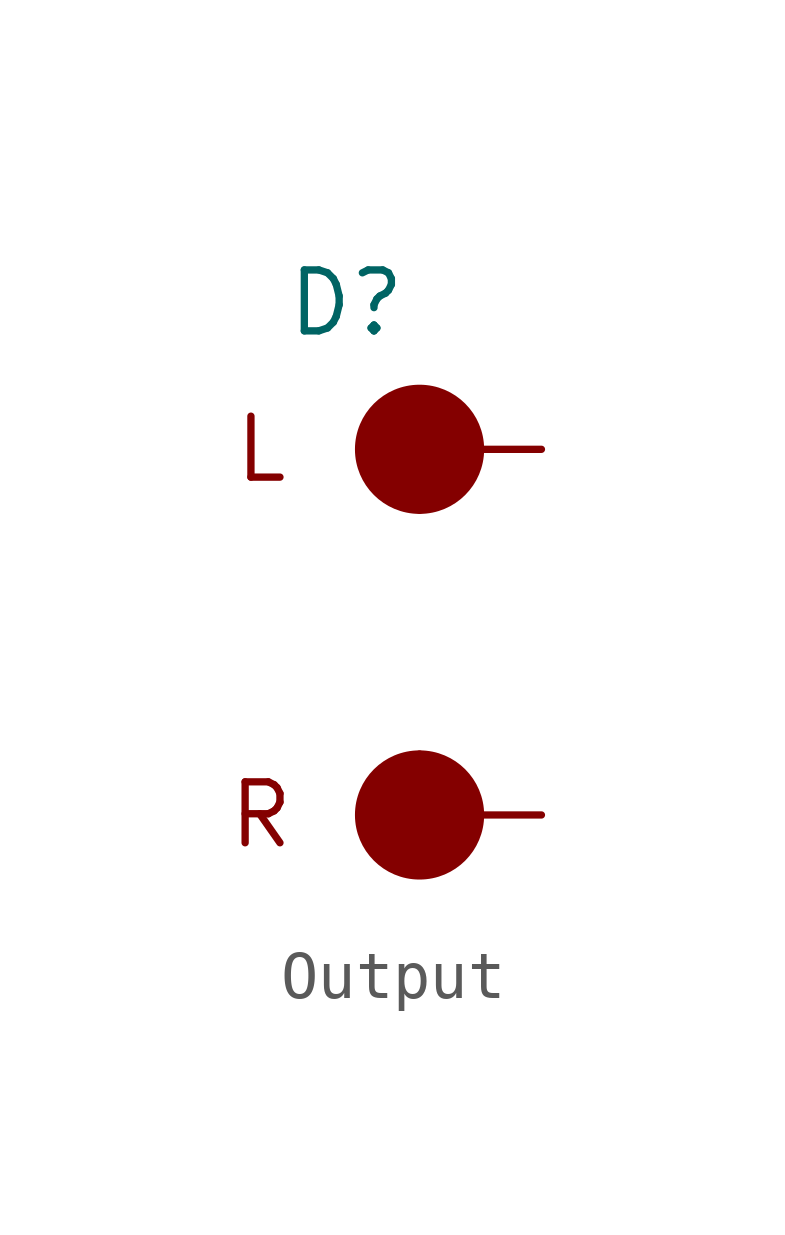
<source format=kicad_sym>
(kicad_symbol_lib
  (version 20241209)
  (generator "kicad_symbol_editor")
  (generator_version "9.0")
  (symbol "Output"
    (property "Reference" "D"
      (at -1.524 6.858 0)
      (effects (font (size 1.27 1.27))))
    (property "Value" ""
      (at 0 0 0)
      (effects (font (size 1.27 1.27))))
    (symbol "Output_0_1"
      (circle (center 0 3.81) (radius 1.27) (stroke (width 0) (type default)) (fill (type none)))
      (circle (center 0 -3.81) (radius 1.27) (stroke (width 0) (type default)) (fill (type none))))
    (symbol "Output_1_1"
      (circle (center 0 3.81) (radius 0.0001) (stroke (width 1.27) (type solid)) (fill (type none)))
      (circle (center 0 -3.81) (radius 0.0001) (stroke (width 1.27) (type solid)) (fill (type none)))
      (text "L" (at -3.302 3.81 0) (effects (font (size 1.27 1.27))))
      (text "R" (at -3.302 -3.81 0) (effects (font (size 1.27 1.27))))
      (pin passive line (at 0 2.54 90) (length 1.27) (name "" (effects (font (size 1.27 1.27)))) (number "" (effects (font (size 1.27 1.27)))))
      (pin passive line (at 0 -2.54 270) (length 1.27) (name "" (effects (font (size 1.27 1.27)))) (number "" (effects (font (size 1.27 1.27)))))
      (pin passive line (at 2.54 3.81 180) (length 1.27) (name "" (effects (font (size 1.27 1.27)))) (number "" (effects (font (size 1.27 1.27)))))
      (pin passive line (at 2.54 -3.81 180) (length 1.27) (name "" (effects (font (size 1.27 1.27)))) (number "" (effects (font (size 1.27 1.27))))))))
</source>
